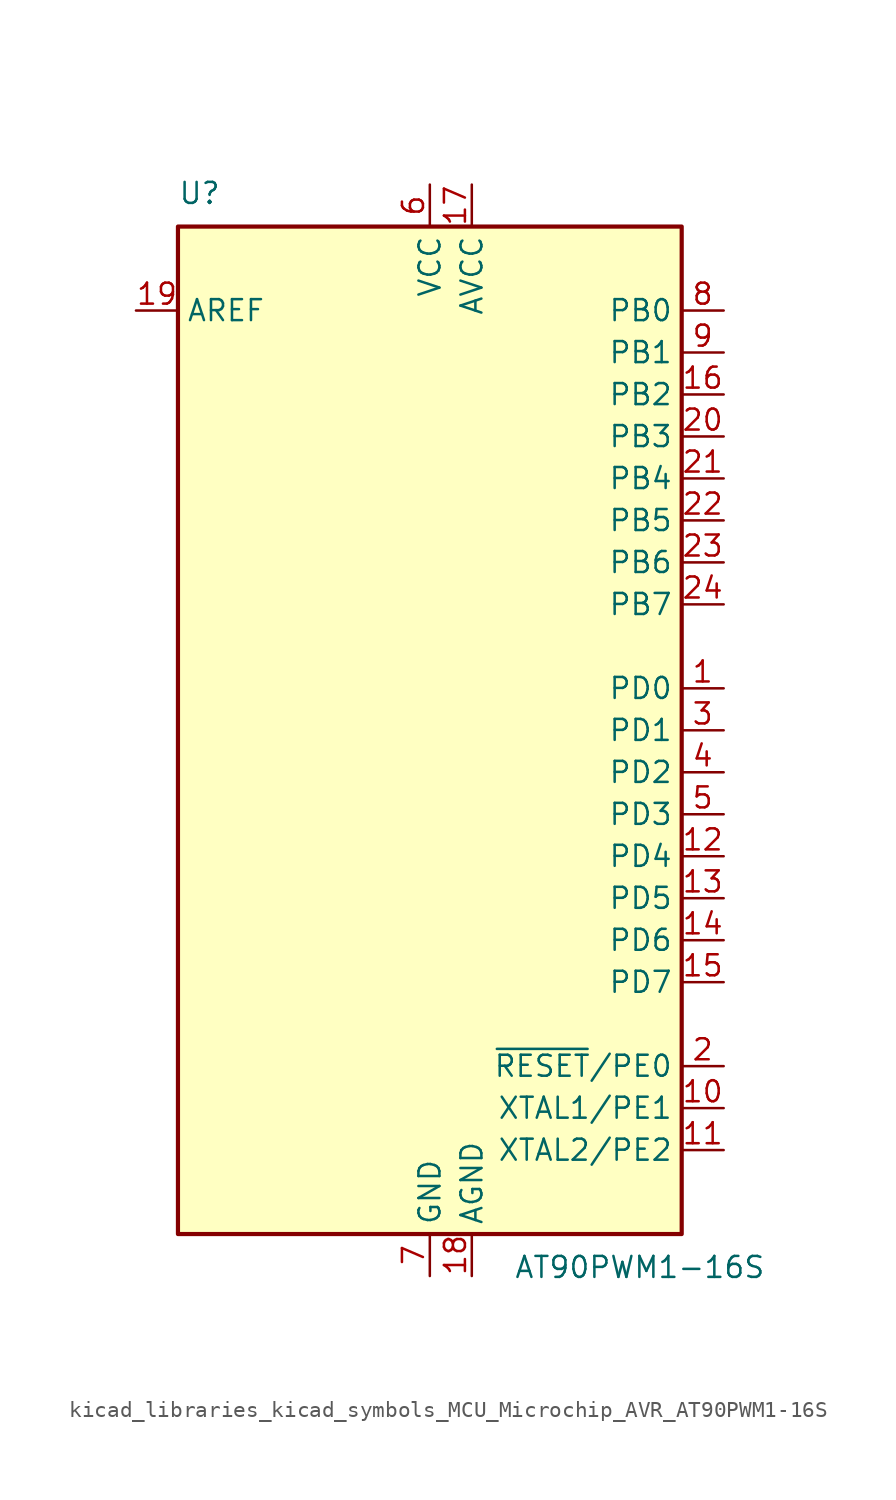
<source format=kicad_sym>
(kicad_symbol_lib
  (version 20220914)
  (generator kicad_symbol_editor)
  (symbol "kicad_libraries_kicad_symbols_MCU_Microchip_AVR_AT90PWM1-16S"
    (property "Reference" "U"
      (at -15.24 31.75 0)
      (effects (font (size 1.27 1.27)) (justify left bottom)))
    (property "Value" "AT90PWM1-16S"
      (at 5.08 -31.75 0)
      (effects (font (size 1.27 1.27)) (justify left top)))
    (symbol "kicad_libraries_kicad_symbols_MCU_Microchip_AVR_AT90PWM1-16S_0_1"
      (rectangle (start -15.24 -30.48) (end 15.24 30.48) (stroke (width 0.254) (type default)) (fill (type background))))
    (symbol "kicad_libraries_kicad_symbols_MCU_Microchip_AVR_AT90PWM1-16S_1_1"
      (pin bidirectional line (at 17.78 2.54 180) (length 2.54) (name "PD0" (effects (font (size 1.27 1.27)))) (number "1" (effects (font (size 1.27 1.27)))))
      (pin bidirectional line (at 17.78 -22.86 180) (length 2.54) (name "XTAL1/PE1" (effects (font (size 1.27 1.27)))) (number "10" (effects (font (size 1.27 1.27)))))
      (pin bidirectional line (at 17.78 -25.4 180) (length 2.54) (name "XTAL2/PE2" (effects (font (size 1.27 1.27)))) (number "11" (effects (font (size 1.27 1.27)))))
      (pin bidirectional line (at 17.78 -7.62 180) (length 2.54) (name "PD4" (effects (font (size 1.27 1.27)))) (number "12" (effects (font (size 1.27 1.27)))))
      (pin bidirectional line (at 17.78 -10.16 180) (length 2.54) (name "PD5" (effects (font (size 1.27 1.27)))) (number "13" (effects (font (size 1.27 1.27)))))
      (pin bidirectional line (at 17.78 -12.7 180) (length 2.54) (name "PD6" (effects (font (size 1.27 1.27)))) (number "14" (effects (font (size 1.27 1.27)))))
      (pin bidirectional line (at 17.78 -15.24 180) (length 2.54) (name "PD7" (effects (font (size 1.27 1.27)))) (number "15" (effects (font (size 1.27 1.27)))))
      (pin bidirectional line (at 17.78 20.32 180) (length 2.54) (name "PB2" (effects (font (size 1.27 1.27)))) (number "16" (effects (font (size 1.27 1.27)))))
      (pin power_in line (at 2.54 33.02 270) (length 2.54) (name "AVCC" (effects (font (size 1.27 1.27)))) (number "17" (effects (font (size 1.27 1.27)))))
      (pin power_in line (at 2.54 -33.02 90) (length 2.54) (name "AGND" (effects (font (size 1.27 1.27)))) (number "18" (effects (font (size 1.27 1.27)))))
      (pin passive line (at -17.78 25.4 0) (length 2.54) (name "AREF" (effects (font (size 1.27 1.27)))) (number "19" (effects (font (size 1.27 1.27)))))
      (pin bidirectional line (at 17.78 -20.32 180) (length 2.54) (name "~{RESET}/PE0" (effects (font (size 1.27 1.27)))) (number "2" (effects (font (size 1.27 1.27)))))
      (pin bidirectional line (at 17.78 17.78 180) (length 2.54) (name "PB3" (effects (font (size 1.27 1.27)))) (number "20" (effects (font (size 1.27 1.27)))))
      (pin bidirectional line (at 17.78 15.24 180) (length 2.54) (name "PB4" (effects (font (size 1.27 1.27)))) (number "21" (effects (font (size 1.27 1.27)))))
      (pin bidirectional line (at 17.78 12.7 180) (length 2.54) (name "PB5" (effects (font (size 1.27 1.27)))) (number "22" (effects (font (size 1.27 1.27)))))
      (pin bidirectional line (at 17.78 10.16 180) (length 2.54) (name "PB6" (effects (font (size 1.27 1.27)))) (number "23" (effects (font (size 1.27 1.27)))))
      (pin bidirectional line (at 17.78 7.62 180) (length 2.54) (name "PB7" (effects (font (size 1.27 1.27)))) (number "24" (effects (font (size 1.27 1.27)))))
      (pin bidirectional line (at 17.78 0 180) (length 2.54) (name "PD1" (effects (font (size 1.27 1.27)))) (number "3" (effects (font (size 1.27 1.27)))))
      (pin bidirectional line (at 17.78 -2.54 180) (length 2.54) (name "PD2" (effects (font (size 1.27 1.27)))) (number "4" (effects (font (size 1.27 1.27)))))
      (pin bidirectional line (at 17.78 -5.08 180) (length 2.54) (name "PD3" (effects (font (size 1.27 1.27)))) (number "5" (effects (font (size 1.27 1.27)))))
      (pin power_in line (at 0 33.02 270) (length 2.54) (name "VCC" (effects (font (size 1.27 1.27)))) (number "6" (effects (font (size 1.27 1.27)))))
      (pin power_in line (at 0 -33.02 90) (length 2.54) (name "GND" (effects (font (size 1.27 1.27)))) (number "7" (effects (font (size 1.27 1.27)))))
      (pin bidirectional line (at 17.78 25.4 180) (length 2.54) (name "PB0" (effects (font (size 1.27 1.27)))) (number "8" (effects (font (size 1.27 1.27)))))
      (pin bidirectional line (at 17.78 22.86 180) (length 2.54) (name "PB1" (effects (font (size 1.27 1.27)))) (number "9" (effects (font (size 1.27 1.27))))))))
</source>
